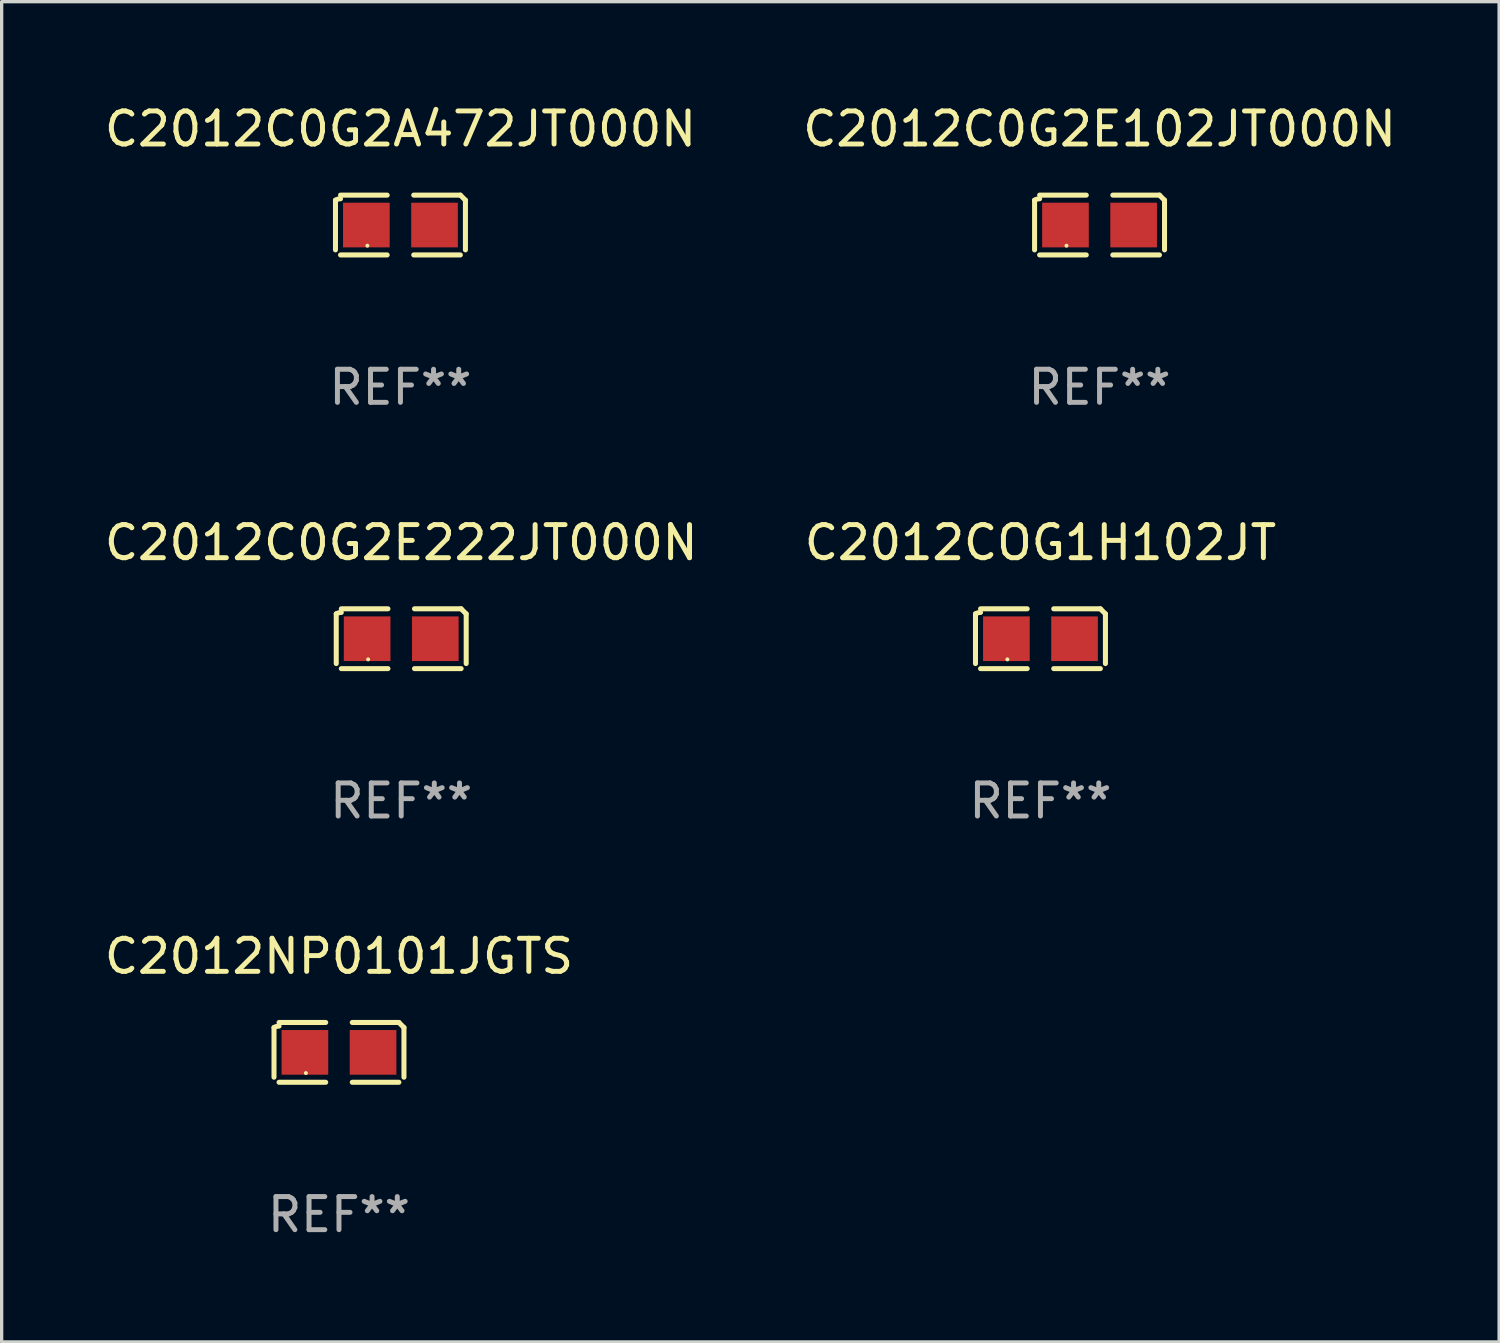
<source format=kicad_pcb>
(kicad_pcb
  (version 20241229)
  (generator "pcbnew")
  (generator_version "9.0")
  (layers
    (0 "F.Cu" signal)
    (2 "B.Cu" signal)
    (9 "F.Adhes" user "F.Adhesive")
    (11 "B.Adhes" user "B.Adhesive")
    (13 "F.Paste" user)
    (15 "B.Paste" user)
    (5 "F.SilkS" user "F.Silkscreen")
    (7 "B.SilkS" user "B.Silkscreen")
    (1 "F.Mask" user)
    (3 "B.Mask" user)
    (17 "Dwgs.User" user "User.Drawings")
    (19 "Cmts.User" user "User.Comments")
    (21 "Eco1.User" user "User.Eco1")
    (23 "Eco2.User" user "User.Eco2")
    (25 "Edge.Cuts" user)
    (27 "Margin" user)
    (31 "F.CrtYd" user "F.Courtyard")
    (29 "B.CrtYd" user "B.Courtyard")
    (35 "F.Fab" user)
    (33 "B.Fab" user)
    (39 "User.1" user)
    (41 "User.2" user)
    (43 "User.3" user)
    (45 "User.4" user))
  (footprint "C2012COG1H102JT"
    (layer "F.Cu")
    (at 28.399 16.256)
    (property "Reference" "C2012COG1H102JT" (at 0 -2.904 0) (layer "F.SilkS") (effects (font (size 1 1) (thickness 0.15))))
    (attr through_hole)
    (fp_line (start -1.964 0.751) (end -1.964 -0.751) (stroke (width 0.152) (type solid)) (layer "F.SilkS"))
    (fp_line (start -1.811 -0.904) (end -0.401 -0.904) (stroke (width 0.152) (type solid)) (layer "F.SilkS"))
    (fp_line (start -0.401 0.904) (end -1.811 0.904) (stroke (width 0.152) (type solid)) (layer "F.SilkS"))
    (fp_line (start 0.401 0.904) (end 1.811 0.904) (stroke (width 0.152) (type solid)) (layer "F.SilkS"))
    (fp_line (start 1.811 -0.904) (end 0.401 -0.904) (stroke (width 0.152) (type solid)) (layer "F.SilkS"))
    (fp_line (start 1.964 0.751) (end 1.964 -0.751) (stroke (width 0.152) (type solid)) (layer "F.SilkS"))
    (fp_arc (start -1.963602 -0.751207) (mid -1.890354 -0.783131) (end -1.811201 -0.794044) (stroke (width 0.1524) (type solid)) (layer "F.SilkS"))
    (fp_arc (start 1.811202 -0.903607) (mid 1.887413 -0.827418) (end 1.963602 -0.751207) (stroke (width 0.1524) (type solid)) (layer "F.SilkS"))
    (fp_circle (center -1 0.625) (end -0.97 0.625) (stroke (width 0.06) (type solid)) (fill no) (layer "F.SilkS"))
    (fp_text user "REF**" (at 0 4.904 0) (layer "F.Fab") (effects (font (size 1 1) (thickness 0.15))))
    (pad "1" smd rect (at -1.03 0) (size 1.41 1.35) (layers "F.Cu" "F.Mask" "F.Paste"))
    (pad "2" smd rect (at 1.03 0) (size 1.41 1.35) (layers "F.Cu" "F.Mask" "F.Paste")))
  (footprint "C2012C0G2E222JT000N"
    (layer "F.Cu")
    (at 9.077 16.256)
    (property "Reference" "C2012C0G2E222JT000N" (at 0 -2.904 0) (layer "F.SilkS") (effects (font (size 1 1) (thickness 0.15))))
    (attr through_hole)
    (fp_line (start -1.964 0.751) (end -1.964 -0.751) (stroke (width 0.152) (type solid)) (layer "F.SilkS"))
    (fp_line (start -1.811 -0.904) (end -0.401 -0.904) (stroke (width 0.152) (type solid)) (layer "F.SilkS"))
    (fp_line (start -0.401 0.904) (end -1.811 0.904) (stroke (width 0.152) (type solid)) (layer "F.SilkS"))
    (fp_line (start 0.401 0.904) (end 1.811 0.904) (stroke (width 0.152) (type solid)) (layer "F.SilkS"))
    (fp_line (start 1.811 -0.904) (end 0.401 -0.904) (stroke (width 0.152) (type solid)) (layer "F.SilkS"))
    (fp_line (start 1.964 0.751) (end 1.964 -0.751) (stroke (width 0.152) (type solid)) (layer "F.SilkS"))
    (fp_arc (start -1.963602 -0.751207) (mid -1.890354 -0.783131) (end -1.811201 -0.794044) (stroke (width 0.1524) (type solid)) (layer "F.SilkS"))
    (fp_arc (start 1.811202 -0.903607) (mid 1.887413 -0.827418) (end 1.963602 -0.751207) (stroke (width 0.1524) (type solid)) (layer "F.SilkS"))
    (fp_circle (center -1 0.625) (end -0.97 0.625) (stroke (width 0.06) (type solid)) (fill no) (layer "F.SilkS"))
    (fp_text user "REF**" (at 0 4.904 0) (layer "F.Fab") (effects (font (size 1 1) (thickness 0.15))))
    (pad "1" smd rect (at -1.03 0) (size 1.41 1.35) (layers "F.Cu" "F.Mask" "F.Paste"))
    (pad "2" smd rect (at 1.03 0) (size 1.41 1.35) (layers "F.Cu" "F.Mask" "F.Paste")))
  (footprint "C2012NP0101JGTS"
    (layer "F.Cu")
    (at 7.196 28.759)
    (property "Reference" "C2012NP0101JGTS" (at 0 -2.904 0) (layer "F.SilkS") (effects (font (size 1 1) (thickness 0.15))))
    (attr through_hole)
    (fp_line (start -1.964 0.751) (end -1.964 -0.751) (stroke (width 0.152) (type solid)) (layer "F.SilkS"))
    (fp_line (start -1.811 -0.904) (end -0.401 -0.904) (stroke (width 0.152) (type solid)) (layer "F.SilkS"))
    (fp_line (start -0.401 0.904) (end -1.811 0.904) (stroke (width 0.152) (type solid)) (layer "F.SilkS"))
    (fp_line (start 0.401 0.904) (end 1.811 0.904) (stroke (width 0.152) (type solid)) (layer "F.SilkS"))
    (fp_line (start 1.811 -0.904) (end 0.401 -0.904) (stroke (width 0.152) (type solid)) (layer "F.SilkS"))
    (fp_line (start 1.964 0.751) (end 1.964 -0.751) (stroke (width 0.152) (type solid)) (layer "F.SilkS"))
    (fp_arc (start -1.963602 -0.751207) (mid -1.890354 -0.783131) (end -1.811201 -0.794044) (stroke (width 0.1524) (type solid)) (layer "F.SilkS"))
    (fp_arc (start 1.811202 -0.903607) (mid 1.887413 -0.827418) (end 1.963602 -0.751207) (stroke (width 0.1524) (type solid)) (layer "F.SilkS"))
    (fp_circle (center -1 0.625) (end -0.97 0.625) (stroke (width 0.06) (type solid)) (fill no) (layer "F.SilkS"))
    (fp_text user "REF**" (at 0 4.904 0) (layer "F.Fab") (effects (font (size 1 1) (thickness 0.15))))
    (pad "1" smd rect (at -1.03 0) (size 1.41 1.35) (layers "F.Cu" "F.Mask" "F.Paste"))
    (pad "2" smd rect (at 1.03 0) (size 1.41 1.35) (layers "F.Cu" "F.Mask" "F.Paste")))
  (footprint "C2012C0G2A472JT000N"
    (layer "F.Cu")
    (at 9.054 3.752)
    (property "Reference" "C2012C0G2A472JT000N" (at 0 -2.904 0) (layer "F.SilkS") (effects (font (size 1 1) (thickness 0.15))))
    (attr through_hole)
    (fp_line (start -1.964 0.751) (end -1.964 -0.751) (stroke (width 0.152) (type solid)) (layer "F.SilkS"))
    (fp_line (start -1.811 -0.904) (end -0.401 -0.904) (stroke (width 0.152) (type solid)) (layer "F.SilkS"))
    (fp_line (start -0.401 0.904) (end -1.811 0.904) (stroke (width 0.152) (type solid)) (layer "F.SilkS"))
    (fp_line (start 0.401 0.904) (end 1.811 0.904) (stroke (width 0.152) (type solid)) (layer "F.SilkS"))
    (fp_line (start 1.811 -0.904) (end 0.401 -0.904) (stroke (width 0.152) (type solid)) (layer "F.SilkS"))
    (fp_line (start 1.964 0.751) (end 1.964 -0.751) (stroke (width 0.152) (type solid)) (layer "F.SilkS"))
    (fp_arc (start -1.963602 -0.751207) (mid -1.890354 -0.783131) (end -1.811201 -0.794044) (stroke (width 0.1524) (type solid)) (layer "F.SilkS"))
    (fp_arc (start 1.811202 -0.903607) (mid 1.887413 -0.827418) (end 1.963602 -0.751207) (stroke (width 0.1524) (type solid)) (layer "F.SilkS"))
    (fp_circle (center -1 0.625) (end -0.97 0.625) (stroke (width 0.06) (type solid)) (fill no) (layer "F.SilkS"))
    (fp_text user "REF**" (at 0 4.904 0) (layer "F.Fab") (effects (font (size 1 1) (thickness 0.15))))
    (pad "1" smd rect (at -1.03 0) (size 1.41 1.35) (layers "F.Cu" "F.Mask" "F.Paste"))
    (pad "2" smd rect (at 1.03 0) (size 1.41 1.35) (layers "F.Cu" "F.Mask" "F.Paste")))
  (footprint "C2012C0G2E102JT000N"
    (layer "F.Cu")
    (at 30.185 3.752)
    (property "Reference" "C2012C0G2E102JT000N" (at 0 -2.904 0) (layer "F.SilkS") (effects (font (size 1 1) (thickness 0.15))))
    (attr through_hole)
    (fp_line (start -1.964 0.751) (end -1.964 -0.751) (stroke (width 0.152) (type solid)) (layer "F.SilkS"))
    (fp_line (start -1.811 -0.904) (end -0.401 -0.904) (stroke (width 0.152) (type solid)) (layer "F.SilkS"))
    (fp_line (start -0.401 0.904) (end -1.811 0.904) (stroke (width 0.152) (type solid)) (layer "F.SilkS"))
    (fp_line (start 0.401 0.904) (end 1.811 0.904) (stroke (width 0.152) (type solid)) (layer "F.SilkS"))
    (fp_line (start 1.811 -0.904) (end 0.401 -0.904) (stroke (width 0.152) (type solid)) (layer "F.SilkS"))
    (fp_line (start 1.964 0.751) (end 1.964 -0.751) (stroke (width 0.152) (type solid)) (layer "F.SilkS"))
    (fp_arc (start -1.963602 -0.751207) (mid -1.890354 -0.783131) (end -1.811201 -0.794044) (stroke (width 0.1524) (type solid)) (layer "F.SilkS"))
    (fp_arc (start 1.811202 -0.903607) (mid 1.887413 -0.827418) (end 1.963602 -0.751207) (stroke (width 0.1524) (type solid)) (layer "F.SilkS"))
    (fp_circle (center -1 0.625) (end -0.97 0.625) (stroke (width 0.06) (type solid)) (fill no) (layer "F.SilkS"))
    (fp_text user "REF**" (at 0 4.904 0) (layer "F.Fab") (effects (font (size 1 1) (thickness 0.15))))
    (pad "1" smd rect (at -1.03 0) (size 1.41 1.35) (layers "F.Cu" "F.Mask" "F.Paste"))
    (pad "2" smd rect (at 1.03 0) (size 1.41 1.35) (layers "F.Cu" "F.Mask" "F.Paste")))
  (gr_rect
    (start -3 -3)
    (end 42.262 37.511)
    (stroke (width 0.1) (type default))
    (fill no)
    (layer "Edge.Cuts")))
</source>
